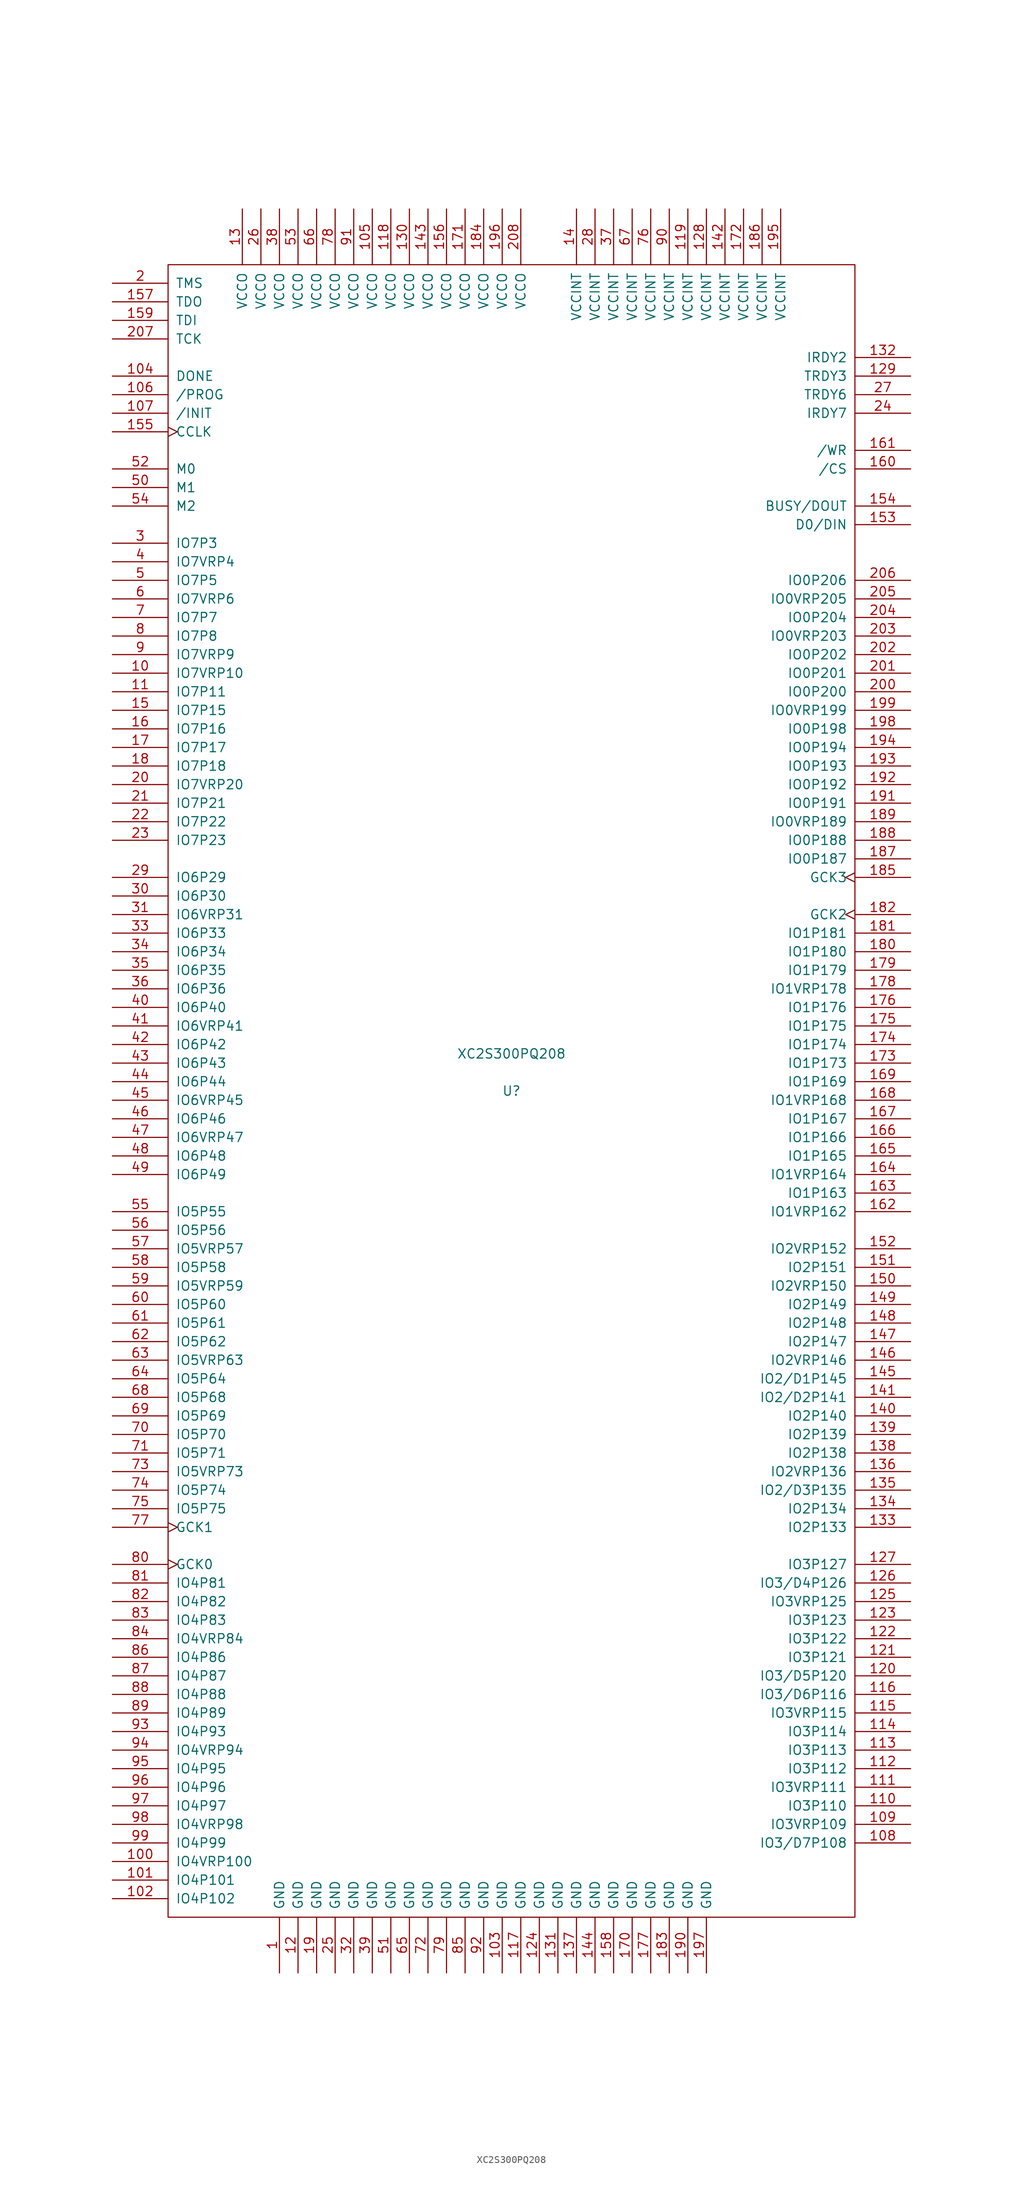
<source format=kicad_sym>
(kicad_symbol_lib
  (version 20201005)
  (generator kicad_symbol_editor)
  (symbol "FPGA_Xilinx:XC2S300PQ208"
    (pin_names
      (offset 1.016))
    (property "Reference" "U"
      (at 0 0 0)
      (effects (font (size 1.27 1.27))))
    (property "Value" "XC2S300PQ208"
      (at 0 5.08 0)
      (effects (font (size 1.27 1.27))))
    (symbol "XC2S300PQ208_0_1"
      (rectangle (start -46.99 113.03) (end 46.99 -113.03) (stroke (width 0)) (fill (type none))))
    (symbol "XC2S300PQ208_1_1"
      (pin power_in line (at -31.75 -120.65 90) (length 7.62) (name "GND" (effects (font (size 1.27 1.27)))) (number "1" (effects (font (size 1.27 1.27)))))
      (pin bidirectional line (at -54.61 57.15 0) (length 7.62) (name "IO7VRP10" (effects (font (size 1.27 1.27)))) (number "10" (effects (font (size 1.27 1.27)))))
      (pin bidirectional line (at -54.61 -105.41 0) (length 7.62) (name "IO4VRP100" (effects (font (size 1.27 1.27)))) (number "100" (effects (font (size 1.27 1.27)))))
      (pin bidirectional line (at -54.61 -107.95 0) (length 7.62) (name "IO4P101" (effects (font (size 1.27 1.27)))) (number "101" (effects (font (size 1.27 1.27)))))
      (pin bidirectional line (at -54.61 -110.49 0) (length 7.62) (name "IO4P102" (effects (font (size 1.27 1.27)))) (number "102" (effects (font (size 1.27 1.27)))))
      (pin power_in line (at -1.27 -120.65 90) (length 7.62) (name "GND" (effects (font (size 1.27 1.27)))) (number "103" (effects (font (size 1.27 1.27)))))
      (pin bidirectional line (at -54.61 97.79 0) (length 7.62) (name "DONE" (effects (font (size 1.27 1.27)))) (number "104" (effects (font (size 1.27 1.27)))))
      (pin power_in line (at -19.05 120.65 270) (length 7.62) (name "VCCO" (effects (font (size 1.27 1.27)))) (number "105" (effects (font (size 1.27 1.27)))))
      (pin input line (at -54.61 95.25 0) (length 7.62) (name "/PROG" (effects (font (size 1.27 1.27)))) (number "106" (effects (font (size 1.27 1.27)))))
      (pin bidirectional line (at -54.61 92.71 0) (length 7.62) (name "/INIT" (effects (font (size 1.27 1.27)))) (number "107" (effects (font (size 1.27 1.27)))))
      (pin bidirectional line (at 54.61 -102.87 180) (length 7.62) (name "IO3/D7P108" (effects (font (size 1.27 1.27)))) (number "108" (effects (font (size 1.27 1.27)))))
      (pin bidirectional line (at 54.61 -100.33 180) (length 7.62) (name "IO3VRP109" (effects (font (size 1.27 1.27)))) (number "109" (effects (font (size 1.27 1.27)))))
      (pin bidirectional line (at -54.61 54.61 0) (length 7.62) (name "IO7P11" (effects (font (size 1.27 1.27)))) (number "11" (effects (font (size 1.27 1.27)))))
      (pin bidirectional line (at 54.61 -97.79 180) (length 7.62) (name "IO3P110" (effects (font (size 1.27 1.27)))) (number "110" (effects (font (size 1.27 1.27)))))
      (pin bidirectional line (at 54.61 -95.25 180) (length 7.62) (name "IO3VRP111" (effects (font (size 1.27 1.27)))) (number "111" (effects (font (size 1.27 1.27)))))
      (pin bidirectional line (at 54.61 -92.71 180) (length 7.62) (name "IO3P112" (effects (font (size 1.27 1.27)))) (number "112" (effects (font (size 1.27 1.27)))))
      (pin bidirectional line (at 54.61 -90.17 180) (length 7.62) (name "IO3P113" (effects (font (size 1.27 1.27)))) (number "113" (effects (font (size 1.27 1.27)))))
      (pin bidirectional line (at 54.61 -87.63 180) (length 7.62) (name "IO3P114" (effects (font (size 1.27 1.27)))) (number "114" (effects (font (size 1.27 1.27)))))
      (pin bidirectional line (at 54.61 -85.09 180) (length 7.62) (name "IO3VRP115" (effects (font (size 1.27 1.27)))) (number "115" (effects (font (size 1.27 1.27)))))
      (pin bidirectional line (at 54.61 -82.55 180) (length 7.62) (name "IO3/D6P116" (effects (font (size 1.27 1.27)))) (number "116" (effects (font (size 1.27 1.27)))))
      (pin power_in line (at 1.27 -120.65 90) (length 7.62) (name "GND" (effects (font (size 1.27 1.27)))) (number "117" (effects (font (size 1.27 1.27)))))
      (pin power_in line (at -16.51 120.65 270) (length 7.62) (name "VCCO" (effects (font (size 1.27 1.27)))) (number "118" (effects (font (size 1.27 1.27)))))
      (pin power_in line (at 24.13 120.65 270) (length 7.62) (name "VCCINT" (effects (font (size 1.27 1.27)))) (number "119" (effects (font (size 1.27 1.27)))))
      (pin power_in line (at -29.21 -120.65 90) (length 7.62) (name "GND" (effects (font (size 1.27 1.27)))) (number "12" (effects (font (size 1.27 1.27)))))
      (pin bidirectional line (at 54.61 -80.01 180) (length 7.62) (name "IO3/D5P120" (effects (font (size 1.27 1.27)))) (number "120" (effects (font (size 1.27 1.27)))))
      (pin bidirectional line (at 54.61 -77.47 180) (length 7.62) (name "IO3P121" (effects (font (size 1.27 1.27)))) (number "121" (effects (font (size 1.27 1.27)))))
      (pin bidirectional line (at 54.61 -74.93 180) (length 7.62) (name "IO3P122" (effects (font (size 1.27 1.27)))) (number "122" (effects (font (size 1.27 1.27)))))
      (pin bidirectional line (at 54.61 -72.39 180) (length 7.62) (name "IO3P123" (effects (font (size 1.27 1.27)))) (number "123" (effects (font (size 1.27 1.27)))))
      (pin power_in line (at 3.81 -120.65 90) (length 7.62) (name "GND" (effects (font (size 1.27 1.27)))) (number "124" (effects (font (size 1.27 1.27)))))
      (pin bidirectional line (at 54.61 -69.85 180) (length 7.62) (name "IO3VRP125" (effects (font (size 1.27 1.27)))) (number "125" (effects (font (size 1.27 1.27)))))
      (pin bidirectional line (at 54.61 -67.31 180) (length 7.62) (name "IO3/D4P126" (effects (font (size 1.27 1.27)))) (number "126" (effects (font (size 1.27 1.27)))))
      (pin bidirectional line (at 54.61 -64.77 180) (length 7.62) (name "IO3P127" (effects (font (size 1.27 1.27)))) (number "127" (effects (font (size 1.27 1.27)))))
      (pin power_in line (at 26.67 120.65 270) (length 7.62) (name "VCCINT" (effects (font (size 1.27 1.27)))) (number "128" (effects (font (size 1.27 1.27)))))
      (pin bidirectional line (at 54.61 97.79 180) (length 7.62) (name "TRDY3" (effects (font (size 1.27 1.27)))) (number "129" (effects (font (size 1.27 1.27)))))
      (pin power_in line (at -36.83 120.65 270) (length 7.62) (name "VCCO" (effects (font (size 1.27 1.27)))) (number "13" (effects (font (size 1.27 1.27)))))
      (pin power_in line (at -13.97 120.65 270) (length 7.62) (name "VCCO" (effects (font (size 1.27 1.27)))) (number "130" (effects (font (size 1.27 1.27)))))
      (pin power_in line (at 6.35 -120.65 90) (length 7.62) (name "GND" (effects (font (size 1.27 1.27)))) (number "131" (effects (font (size 1.27 1.27)))))
      (pin bidirectional line (at 54.61 100.33 180) (length 7.62) (name "IRDY2" (effects (font (size 1.27 1.27)))) (number "132" (effects (font (size 1.27 1.27)))))
      (pin bidirectional line (at 54.61 -59.69 180) (length 7.62) (name "IO2P133" (effects (font (size 1.27 1.27)))) (number "133" (effects (font (size 1.27 1.27)))))
      (pin bidirectional line (at 54.61 -57.15 180) (length 7.62) (name "IO2P134" (effects (font (size 1.27 1.27)))) (number "134" (effects (font (size 1.27 1.27)))))
      (pin bidirectional line (at 54.61 -54.61 180) (length 7.62) (name "IO2/D3P135" (effects (font (size 1.27 1.27)))) (number "135" (effects (font (size 1.27 1.27)))))
      (pin bidirectional line (at 54.61 -52.07 180) (length 7.62) (name "IO2VRP136" (effects (font (size 1.27 1.27)))) (number "136" (effects (font (size 1.27 1.27)))))
      (pin power_in line (at 8.89 -120.65 90) (length 7.62) (name "GND" (effects (font (size 1.27 1.27)))) (number "137" (effects (font (size 1.27 1.27)))))
      (pin bidirectional line (at 54.61 -49.53 180) (length 7.62) (name "IO2P138" (effects (font (size 1.27 1.27)))) (number "138" (effects (font (size 1.27 1.27)))))
      (pin bidirectional line (at 54.61 -46.99 180) (length 7.62) (name "IO2P139" (effects (font (size 1.27 1.27)))) (number "139" (effects (font (size 1.27 1.27)))))
      (pin power_in line (at 8.89 120.65 270) (length 7.62) (name "VCCINT" (effects (font (size 1.27 1.27)))) (number "14" (effects (font (size 1.27 1.27)))))
      (pin bidirectional line (at 54.61 -44.45 180) (length 7.62) (name "IO2P140" (effects (font (size 1.27 1.27)))) (number "140" (effects (font (size 1.27 1.27)))))
      (pin bidirectional line (at 54.61 -41.91 180) (length 7.62) (name "IO2/D2P141" (effects (font (size 1.27 1.27)))) (number "141" (effects (font (size 1.27 1.27)))))
      (pin power_in line (at 29.21 120.65 270) (length 7.62) (name "VCCINT" (effects (font (size 1.27 1.27)))) (number "142" (effects (font (size 1.27 1.27)))))
      (pin power_in line (at -11.43 120.65 270) (length 7.62) (name "VCCO" (effects (font (size 1.27 1.27)))) (number "143" (effects (font (size 1.27 1.27)))))
      (pin power_in line (at 11.43 -120.65 90) (length 7.62) (name "GND" (effects (font (size 1.27 1.27)))) (number "144" (effects (font (size 1.27 1.27)))))
      (pin bidirectional line (at 54.61 -39.37 180) (length 7.62) (name "IO2/D1P145" (effects (font (size 1.27 1.27)))) (number "145" (effects (font (size 1.27 1.27)))))
      (pin bidirectional line (at 54.61 -36.83 180) (length 7.62) (name "IO2VRP146" (effects (font (size 1.27 1.27)))) (number "146" (effects (font (size 1.27 1.27)))))
      (pin bidirectional line (at 54.61 -34.29 180) (length 7.62) (name "IO2P147" (effects (font (size 1.27 1.27)))) (number "147" (effects (font (size 1.27 1.27)))))
      (pin bidirectional line (at 54.61 -31.75 180) (length 7.62) (name "IO2P148" (effects (font (size 1.27 1.27)))) (number "148" (effects (font (size 1.27 1.27)))))
      (pin bidirectional line (at 54.61 -29.21 180) (length 7.62) (name "IO2P149" (effects (font (size 1.27 1.27)))) (number "149" (effects (font (size 1.27 1.27)))))
      (pin bidirectional line (at -54.61 52.07 0) (length 7.62) (name "IO7P15" (effects (font (size 1.27 1.27)))) (number "15" (effects (font (size 1.27 1.27)))))
      (pin bidirectional line (at 54.61 -26.67 180) (length 7.62) (name "IO2VRP150" (effects (font (size 1.27 1.27)))) (number "150" (effects (font (size 1.27 1.27)))))
      (pin bidirectional line (at 54.61 -24.13 180) (length 7.62) (name "IO2P151" (effects (font (size 1.27 1.27)))) (number "151" (effects (font (size 1.27 1.27)))))
      (pin bidirectional line (at 54.61 -21.59 180) (length 7.62) (name "IO2VRP152" (effects (font (size 1.27 1.27)))) (number "152" (effects (font (size 1.27 1.27)))))
      (pin bidirectional line (at 54.61 77.47 180) (length 7.62) (name "D0/DIN" (effects (font (size 1.27 1.27)))) (number "153" (effects (font (size 1.27 1.27)))))
      (pin bidirectional line (at 54.61 80.01 180) (length 7.62) (name "BUSY/DOUT" (effects (font (size 1.27 1.27)))) (number "154" (effects (font (size 1.27 1.27)))))
      (pin bidirectional clock (at -54.61 90.17 0) (length 7.62) (name "CCLK" (effects (font (size 1.27 1.27)))) (number "155" (effects (font (size 1.27 1.27)))))
      (pin power_in line (at -8.89 120.65 270) (length 7.62) (name "VCCO" (effects (font (size 1.27 1.27)))) (number "156" (effects (font (size 1.27 1.27)))))
      (pin bidirectional line (at -54.61 107.95 0) (length 7.62) (name "TDO" (effects (font (size 1.27 1.27)))) (number "157" (effects (font (size 1.27 1.27)))))
      (pin power_in line (at 13.97 -120.65 90) (length 7.62) (name "GND" (effects (font (size 1.27 1.27)))) (number "158" (effects (font (size 1.27 1.27)))))
      (pin bidirectional line (at -54.61 105.41 0) (length 7.62) (name "TDI" (effects (font (size 1.27 1.27)))) (number "159" (effects (font (size 1.27 1.27)))))
      (pin bidirectional line (at -54.61 49.53 0) (length 7.62) (name "IO7P16" (effects (font (size 1.27 1.27)))) (number "16" (effects (font (size 1.27 1.27)))))
      (pin bidirectional line (at 54.61 85.09 180) (length 7.62) (name "/CS" (effects (font (size 1.27 1.27)))) (number "160" (effects (font (size 1.27 1.27)))))
      (pin bidirectional line (at 54.61 87.63 180) (length 7.62) (name "/WR" (effects (font (size 1.27 1.27)))) (number "161" (effects (font (size 1.27 1.27)))))
      (pin bidirectional line (at 54.61 -16.51 180) (length 7.62) (name "IO1VRP162" (effects (font (size 1.27 1.27)))) (number "162" (effects (font (size 1.27 1.27)))))
      (pin bidirectional line (at 54.61 -13.97 180) (length 7.62) (name "IO1P163" (effects (font (size 1.27 1.27)))) (number "163" (effects (font (size 1.27 1.27)))))
      (pin bidirectional line (at 54.61 -11.43 180) (length 7.62) (name "IO1VRP164" (effects (font (size 1.27 1.27)))) (number "164" (effects (font (size 1.27 1.27)))))
      (pin bidirectional line (at 54.61 -8.89 180) (length 7.62) (name "IO1P165" (effects (font (size 1.27 1.27)))) (number "165" (effects (font (size 1.27 1.27)))))
      (pin bidirectional line (at 54.61 -6.35 180) (length 7.62) (name "IO1P166" (effects (font (size 1.27 1.27)))) (number "166" (effects (font (size 1.27 1.27)))))
      (pin bidirectional line (at 54.61 -3.81 180) (length 7.62) (name "IO1P167" (effects (font (size 1.27 1.27)))) (number "167" (effects (font (size 1.27 1.27)))))
      (pin bidirectional line (at 54.61 -1.27 180) (length 7.62) (name "IO1VRP168" (effects (font (size 1.27 1.27)))) (number "168" (effects (font (size 1.27 1.27)))))
      (pin bidirectional line (at 54.61 1.27 180) (length 7.62) (name "IO1P169" (effects (font (size 1.27 1.27)))) (number "169" (effects (font (size 1.27 1.27)))))
      (pin bidirectional line (at -54.61 46.99 0) (length 7.62) (name "IO7P17" (effects (font (size 1.27 1.27)))) (number "17" (effects (font (size 1.27 1.27)))))
      (pin power_in line (at 16.51 -120.65 90) (length 7.62) (name "GND" (effects (font (size 1.27 1.27)))) (number "170" (effects (font (size 1.27 1.27)))))
      (pin passive line (at -6.35 120.65 270) (length 7.62) (name "VCCO" (effects (font (size 1.27 1.27)))) (number "171" (effects (font (size 1.27 1.27)))))
      (pin power_in line (at 31.75 120.65 270) (length 7.62) (name "VCCINT" (effects (font (size 1.27 1.27)))) (number "172" (effects (font (size 1.27 1.27)))))
      (pin bidirectional line (at 54.61 3.81 180) (length 7.62) (name "IO1P173" (effects (font (size 1.27 1.27)))) (number "173" (effects (font (size 1.27 1.27)))))
      (pin bidirectional line (at 54.61 6.35 180) (length 7.62) (name "IO1P174" (effects (font (size 1.27 1.27)))) (number "174" (effects (font (size 1.27 1.27)))))
      (pin bidirectional line (at 54.61 8.89 180) (length 7.62) (name "IO1P175" (effects (font (size 1.27 1.27)))) (number "175" (effects (font (size 1.27 1.27)))))
      (pin bidirectional line (at 54.61 11.43 180) (length 7.62) (name "IO1P176" (effects (font (size 1.27 1.27)))) (number "176" (effects (font (size 1.27 1.27)))))
      (pin power_in line (at 19.05 -120.65 90) (length 7.62) (name "GND" (effects (font (size 1.27 1.27)))) (number "177" (effects (font (size 1.27 1.27)))))
      (pin bidirectional line (at 54.61 13.97 180) (length 7.62) (name "IO1VRP178" (effects (font (size 1.27 1.27)))) (number "178" (effects (font (size 1.27 1.27)))))
      (pin bidirectional line (at 54.61 16.51 180) (length 7.62) (name "IO1P179" (effects (font (size 1.27 1.27)))) (number "179" (effects (font (size 1.27 1.27)))))
      (pin bidirectional line (at -54.61 44.45 0) (length 7.62) (name "IO7P18" (effects (font (size 1.27 1.27)))) (number "18" (effects (font (size 1.27 1.27)))))
      (pin bidirectional line (at 54.61 19.05 180) (length 7.62) (name "IO1P180" (effects (font (size 1.27 1.27)))) (number "180" (effects (font (size 1.27 1.27)))))
      (pin bidirectional line (at 54.61 21.59 180) (length 7.62) (name "IO1P181" (effects (font (size 1.27 1.27)))) (number "181" (effects (font (size 1.27 1.27)))))
      (pin input clock (at 54.61 24.13 180) (length 7.62) (name "GCK2" (effects (font (size 1.27 1.27)))) (number "182" (effects (font (size 1.27 1.27)))))
      (pin power_in line (at 21.59 -120.65 90) (length 7.62) (name "GND" (effects (font (size 1.27 1.27)))) (number "183" (effects (font (size 1.27 1.27)))))
      (pin power_in line (at -3.81 120.65 270) (length 7.62) (name "VCCO" (effects (font (size 1.27 1.27)))) (number "184" (effects (font (size 1.27 1.27)))))
      (pin input clock (at 54.61 29.21 180) (length 7.62) (name "GCK3" (effects (font (size 1.27 1.27)))) (number "185" (effects (font (size 1.27 1.27)))))
      (pin power_in line (at 34.29 120.65 270) (length 7.62) (name "VCCINT" (effects (font (size 1.27 1.27)))) (number "186" (effects (font (size 1.27 1.27)))))
      (pin bidirectional line (at 54.61 31.75 180) (length 7.62) (name "IO0P187" (effects (font (size 1.27 1.27)))) (number "187" (effects (font (size 1.27 1.27)))))
      (pin bidirectional line (at 54.61 34.29 180) (length 7.62) (name "IO0P188" (effects (font (size 1.27 1.27)))) (number "188" (effects (font (size 1.27 1.27)))))
      (pin bidirectional line (at 54.61 36.83 180) (length 7.62) (name "IO0VRP189" (effects (font (size 1.27 1.27)))) (number "189" (effects (font (size 1.27 1.27)))))
      (pin power_in line (at -26.67 -120.65 90) (length 7.62) (name "GND" (effects (font (size 1.27 1.27)))) (number "19" (effects (font (size 1.27 1.27)))))
      (pin power_in line (at 24.13 -120.65 90) (length 7.62) (name "GND" (effects (font (size 1.27 1.27)))) (number "190" (effects (font (size 1.27 1.27)))))
      (pin bidirectional line (at 54.61 39.37 180) (length 7.62) (name "IO0P191" (effects (font (size 1.27 1.27)))) (number "191" (effects (font (size 1.27 1.27)))))
      (pin bidirectional line (at 54.61 41.91 180) (length 7.62) (name "IO0P192" (effects (font (size 1.27 1.27)))) (number "192" (effects (font (size 1.27 1.27)))))
      (pin bidirectional line (at 54.61 44.45 180) (length 7.62) (name "IO0P193" (effects (font (size 1.27 1.27)))) (number "193" (effects (font (size 1.27 1.27)))))
      (pin bidirectional line (at 54.61 46.99 180) (length 7.62) (name "IO0P194" (effects (font (size 1.27 1.27)))) (number "194" (effects (font (size 1.27 1.27)))))
      (pin power_in line (at 36.83 120.65 270) (length 7.62) (name "VCCINT" (effects (font (size 1.27 1.27)))) (number "195" (effects (font (size 1.27 1.27)))))
      (pin power_in line (at -1.27 120.65 270) (length 7.62) (name "VCCO" (effects (font (size 1.27 1.27)))) (number "196" (effects (font (size 1.27 1.27)))))
      (pin power_in line (at 26.67 -120.65 90) (length 7.62) (name "GND" (effects (font (size 1.27 1.27)))) (number "197" (effects (font (size 1.27 1.27)))))
      (pin bidirectional line (at 54.61 49.53 180) (length 7.62) (name "IO0P198" (effects (font (size 1.27 1.27)))) (number "198" (effects (font (size 1.27 1.27)))))
      (pin bidirectional line (at 54.61 52.07 180) (length 7.62) (name "IO0VRP199" (effects (font (size 1.27 1.27)))) (number "199" (effects (font (size 1.27 1.27)))))
      (pin bidirectional line (at -54.61 110.49 0) (length 7.62) (name "TMS" (effects (font (size 1.27 1.27)))) (number "2" (effects (font (size 1.27 1.27)))))
      (pin bidirectional line (at -54.61 41.91 0) (length 7.62) (name "IO7VRP20" (effects (font (size 1.27 1.27)))) (number "20" (effects (font (size 1.27 1.27)))))
      (pin bidirectional line (at 54.61 54.61 180) (length 7.62) (name "IO0P200" (effects (font (size 1.27 1.27)))) (number "200" (effects (font (size 1.27 1.27)))))
      (pin bidirectional line (at 54.61 57.15 180) (length 7.62) (name "IO0P201" (effects (font (size 1.27 1.27)))) (number "201" (effects (font (size 1.27 1.27)))))
      (pin bidirectional line (at 54.61 59.69 180) (length 7.62) (name "IO0P202" (effects (font (size 1.27 1.27)))) (number "202" (effects (font (size 1.27 1.27)))))
      (pin bidirectional line (at 54.61 62.23 180) (length 7.62) (name "IO0VRP203" (effects (font (size 1.27 1.27)))) (number "203" (effects (font (size 1.27 1.27)))))
      (pin bidirectional line (at 54.61 64.77 180) (length 7.62) (name "IO0P204" (effects (font (size 1.27 1.27)))) (number "204" (effects (font (size 1.27 1.27)))))
      (pin bidirectional line (at 54.61 67.31 180) (length 7.62) (name "IO0VRP205" (effects (font (size 1.27 1.27)))) (number "205" (effects (font (size 1.27 1.27)))))
      (pin bidirectional line (at 54.61 69.85 180) (length 7.62) (name "IO0P206" (effects (font (size 1.27 1.27)))) (number "206" (effects (font (size 1.27 1.27)))))
      (pin bidirectional line (at -54.61 102.87 0) (length 7.62) (name "TCK" (effects (font (size 1.27 1.27)))) (number "207" (effects (font (size 1.27 1.27)))))
      (pin power_in line (at 1.27 120.65 270) (length 7.62) (name "VCCO" (effects (font (size 1.27 1.27)))) (number "208" (effects (font (size 1.27 1.27)))))
      (pin bidirectional line (at -54.61 39.37 0) (length 7.62) (name "IO7P21" (effects (font (size 1.27 1.27)))) (number "21" (effects (font (size 1.27 1.27)))))
      (pin bidirectional line (at -54.61 36.83 0) (length 7.62) (name "IO7P22" (effects (font (size 1.27 1.27)))) (number "22" (effects (font (size 1.27 1.27)))))
      (pin bidirectional line (at -54.61 34.29 0) (length 7.62) (name "IO7P23" (effects (font (size 1.27 1.27)))) (number "23" (effects (font (size 1.27 1.27)))))
      (pin bidirectional line (at 54.61 92.71 180) (length 7.62) (name "IRDY7" (effects (font (size 1.27 1.27)))) (number "24" (effects (font (size 1.27 1.27)))))
      (pin power_in line (at -24.13 -120.65 90) (length 7.62) (name "GND" (effects (font (size 1.27 1.27)))) (number "25" (effects (font (size 1.27 1.27)))))
      (pin power_in line (at -34.29 120.65 270) (length 7.62) (name "VCCO" (effects (font (size 1.27 1.27)))) (number "26" (effects (font (size 1.27 1.27)))))
      (pin bidirectional line (at 54.61 95.25 180) (length 7.62) (name "TRDY6" (effects (font (size 1.27 1.27)))) (number "27" (effects (font (size 1.27 1.27)))))
      (pin power_in line (at 11.43 120.65 270) (length 7.62) (name "VCCINT" (effects (font (size 1.27 1.27)))) (number "28" (effects (font (size 1.27 1.27)))))
      (pin bidirectional line (at -54.61 29.21 0) (length 7.62) (name "IO6P29" (effects (font (size 1.27 1.27)))) (number "29" (effects (font (size 1.27 1.27)))))
      (pin bidirectional line (at -54.61 74.93 0) (length 7.62) (name "IO7P3" (effects (font (size 1.27 1.27)))) (number "3" (effects (font (size 1.27 1.27)))))
      (pin bidirectional line (at -54.61 26.67 0) (length 7.62) (name "IO6P30" (effects (font (size 1.27 1.27)))) (number "30" (effects (font (size 1.27 1.27)))))
      (pin bidirectional line (at -54.61 24.13 0) (length 7.62) (name "IO6VRP31" (effects (font (size 1.27 1.27)))) (number "31" (effects (font (size 1.27 1.27)))))
      (pin power_in line (at -21.59 -120.65 90) (length 7.62) (name "GND" (effects (font (size 1.27 1.27)))) (number "32" (effects (font (size 1.27 1.27)))))
      (pin bidirectional line (at -54.61 21.59 0) (length 7.62) (name "IO6P33" (effects (font (size 1.27 1.27)))) (number "33" (effects (font (size 1.27 1.27)))))
      (pin bidirectional line (at -54.61 19.05 0) (length 7.62) (name "IO6P34" (effects (font (size 1.27 1.27)))) (number "34" (effects (font (size 1.27 1.27)))))
      (pin bidirectional line (at -54.61 16.51 0) (length 7.62) (name "IO6P35" (effects (font (size 1.27 1.27)))) (number "35" (effects (font (size 1.27 1.27)))))
      (pin bidirectional line (at -54.61 13.97 0) (length 7.62) (name "IO6P36" (effects (font (size 1.27 1.27)))) (number "36" (effects (font (size 1.27 1.27)))))
      (pin power_in line (at 13.97 120.65 270) (length 7.62) (name "VCCINT" (effects (font (size 1.27 1.27)))) (number "37" (effects (font (size 1.27 1.27)))))
      (pin power_in line (at -31.75 120.65 270) (length 7.62) (name "VCCO" (effects (font (size 1.27 1.27)))) (number "38" (effects (font (size 1.27 1.27)))))
      (pin power_in line (at -19.05 -120.65 90) (length 7.62) (name "GND" (effects (font (size 1.27 1.27)))) (number "39" (effects (font (size 1.27 1.27)))))
      (pin bidirectional line (at -54.61 72.39 0) (length 7.62) (name "IO7VRP4" (effects (font (size 1.27 1.27)))) (number "4" (effects (font (size 1.27 1.27)))))
      (pin bidirectional line (at -54.61 11.43 0) (length 7.62) (name "IO6P40" (effects (font (size 1.27 1.27)))) (number "40" (effects (font (size 1.27 1.27)))))
      (pin bidirectional line (at -54.61 8.89 0) (length 7.62) (name "IO6VRP41" (effects (font (size 1.27 1.27)))) (number "41" (effects (font (size 1.27 1.27)))))
      (pin bidirectional line (at -54.61 6.35 0) (length 7.62) (name "IO6P42" (effects (font (size 1.27 1.27)))) (number "42" (effects (font (size 1.27 1.27)))))
      (pin bidirectional line (at -54.61 3.81 0) (length 7.62) (name "IO6P43" (effects (font (size 1.27 1.27)))) (number "43" (effects (font (size 1.27 1.27)))))
      (pin bidirectional line (at -54.61 1.27 0) (length 7.62) (name "IO6P44" (effects (font (size 1.27 1.27)))) (number "44" (effects (font (size 1.27 1.27)))))
      (pin bidirectional line (at -54.61 -1.27 0) (length 7.62) (name "IO6VRP45" (effects (font (size 1.27 1.27)))) (number "45" (effects (font (size 1.27 1.27)))))
      (pin bidirectional line (at -54.61 -3.81 0) (length 7.62) (name "IO6P46" (effects (font (size 1.27 1.27)))) (number "46" (effects (font (size 1.27 1.27)))))
      (pin bidirectional line (at -54.61 -6.35 0) (length 7.62) (name "IO6VRP47" (effects (font (size 1.27 1.27)))) (number "47" (effects (font (size 1.27 1.27)))))
      (pin bidirectional line (at -54.61 -8.89 0) (length 7.62) (name "IO6P48" (effects (font (size 1.27 1.27)))) (number "48" (effects (font (size 1.27 1.27)))))
      (pin bidirectional line (at -54.61 -11.43 0) (length 7.62) (name "IO6P49" (effects (font (size 1.27 1.27)))) (number "49" (effects (font (size 1.27 1.27)))))
      (pin bidirectional line (at -54.61 69.85 0) (length 7.62) (name "IO7P5" (effects (font (size 1.27 1.27)))) (number "5" (effects (font (size 1.27 1.27)))))
      (pin input line (at -54.61 82.55 0) (length 7.62) (name "M1" (effects (font (size 1.27 1.27)))) (number "50" (effects (font (size 1.27 1.27)))))
      (pin power_in line (at -16.51 -120.65 90) (length 7.62) (name "GND" (effects (font (size 1.27 1.27)))) (number "51" (effects (font (size 1.27 1.27)))))
      (pin input line (at -54.61 85.09 0) (length 7.62) (name "M0" (effects (font (size 1.27 1.27)))) (number "52" (effects (font (size 1.27 1.27)))))
      (pin power_in line (at -29.21 120.65 270) (length 7.62) (name "VCCO" (effects (font (size 1.27 1.27)))) (number "53" (effects (font (size 1.27 1.27)))))
      (pin input line (at -54.61 80.01 0) (length 7.62) (name "M2" (effects (font (size 1.27 1.27)))) (number "54" (effects (font (size 1.27 1.27)))))
      (pin bidirectional line (at -54.61 -16.51 0) (length 7.62) (name "IO5P55" (effects (font (size 1.27 1.27)))) (number "55" (effects (font (size 1.27 1.27)))))
      (pin bidirectional line (at -54.61 -19.05 0) (length 7.62) (name "IO5P56" (effects (font (size 1.27 1.27)))) (number "56" (effects (font (size 1.27 1.27)))))
      (pin bidirectional line (at -54.61 -21.59 0) (length 7.62) (name "IO5VRP57" (effects (font (size 1.27 1.27)))) (number "57" (effects (font (size 1.27 1.27)))))
      (pin bidirectional line (at -54.61 -24.13 0) (length 7.62) (name "IO5P58" (effects (font (size 1.27 1.27)))) (number "58" (effects (font (size 1.27 1.27)))))
      (pin bidirectional line (at -54.61 -26.67 0) (length 7.62) (name "IO5VRP59" (effects (font (size 1.27 1.27)))) (number "59" (effects (font (size 1.27 1.27)))))
      (pin bidirectional line (at -54.61 67.31 0) (length 7.62) (name "IO7VRP6" (effects (font (size 1.27 1.27)))) (number "6" (effects (font (size 1.27 1.27)))))
      (pin bidirectional line (at -54.61 -29.21 0) (length 7.62) (name "IO5P60" (effects (font (size 1.27 1.27)))) (number "60" (effects (font (size 1.27 1.27)))))
      (pin bidirectional line (at -54.61 -31.75 0) (length 7.62) (name "IO5P61" (effects (font (size 1.27 1.27)))) (number "61" (effects (font (size 1.27 1.27)))))
      (pin bidirectional line (at -54.61 -34.29 0) (length 7.62) (name "IO5P62" (effects (font (size 1.27 1.27)))) (number "62" (effects (font (size 1.27 1.27)))))
      (pin bidirectional line (at -54.61 -36.83 0) (length 7.62) (name "IO5VRP63" (effects (font (size 1.27 1.27)))) (number "63" (effects (font (size 1.27 1.27)))))
      (pin bidirectional line (at -54.61 -39.37 0) (length 7.62) (name "IO5P64" (effects (font (size 1.27 1.27)))) (number "64" (effects (font (size 1.27 1.27)))))
      (pin power_in line (at -13.97 -120.65 90) (length 7.62) (name "GND" (effects (font (size 1.27 1.27)))) (number "65" (effects (font (size 1.27 1.27)))))
      (pin power_in line (at -26.67 120.65 270) (length 7.62) (name "VCCO" (effects (font (size 1.27 1.27)))) (number "66" (effects (font (size 1.27 1.27)))))
      (pin power_in line (at 16.51 120.65 270) (length 7.62) (name "VCCINT" (effects (font (size 1.27 1.27)))) (number "67" (effects (font (size 1.27 1.27)))))
      (pin bidirectional line (at -54.61 -41.91 0) (length 7.62) (name "IO5P68" (effects (font (size 1.27 1.27)))) (number "68" (effects (font (size 1.27 1.27)))))
      (pin bidirectional line (at -54.61 -44.45 0) (length 7.62) (name "IO5P69" (effects (font (size 1.27 1.27)))) (number "69" (effects (font (size 1.27 1.27)))))
      (pin bidirectional line (at -54.61 64.77 0) (length 7.62) (name "IO7P7" (effects (font (size 1.27 1.27)))) (number "7" (effects (font (size 1.27 1.27)))))
      (pin bidirectional line (at -54.61 -46.99 0) (length 7.62) (name "IO5P70" (effects (font (size 1.27 1.27)))) (number "70" (effects (font (size 1.27 1.27)))))
      (pin bidirectional line (at -54.61 -49.53 0) (length 7.62) (name "IO5P71" (effects (font (size 1.27 1.27)))) (number "71" (effects (font (size 1.27 1.27)))))
      (pin power_in line (at -11.43 -120.65 90) (length 7.62) (name "GND" (effects (font (size 1.27 1.27)))) (number "72" (effects (font (size 1.27 1.27)))))
      (pin bidirectional line (at -54.61 -52.07 0) (length 7.62) (name "IO5VRP73" (effects (font (size 1.27 1.27)))) (number "73" (effects (font (size 1.27 1.27)))))
      (pin bidirectional line (at -54.61 -54.61 0) (length 7.62) (name "IO5P74" (effects (font (size 1.27 1.27)))) (number "74" (effects (font (size 1.27 1.27)))))
      (pin bidirectional line (at -54.61 -57.15 0) (length 7.62) (name "IO5P75" (effects (font (size 1.27 1.27)))) (number "75" (effects (font (size 1.27 1.27)))))
      (pin power_in line (at 19.05 120.65 270) (length 7.62) (name "VCCINT" (effects (font (size 1.27 1.27)))) (number "76" (effects (font (size 1.27 1.27)))))
      (pin input clock (at -54.61 -59.69 0) (length 7.62) (name "GCK1" (effects (font (size 1.27 1.27)))) (number "77" (effects (font (size 1.27 1.27)))))
      (pin power_in line (at -24.13 120.65 270) (length 7.62) (name "VCCO" (effects (font (size 1.27 1.27)))) (number "78" (effects (font (size 1.27 1.27)))))
      (pin power_in line (at -8.89 -120.65 90) (length 7.62) (name "GND" (effects (font (size 1.27 1.27)))) (number "79" (effects (font (size 1.27 1.27)))))
      (pin bidirectional line (at -54.61 62.23 0) (length 7.62) (name "IO7P8" (effects (font (size 1.27 1.27)))) (number "8" (effects (font (size 1.27 1.27)))))
      (pin input clock (at -54.61 -64.77 0) (length 7.62) (name "GCK0" (effects (font (size 1.27 1.27)))) (number "80" (effects (font (size 1.27 1.27)))))
      (pin bidirectional line (at -54.61 -67.31 0) (length 7.62) (name "IO4P81" (effects (font (size 1.27 1.27)))) (number "81" (effects (font (size 1.27 1.27)))))
      (pin bidirectional line (at -54.61 -69.85 0) (length 7.62) (name "IO4P82" (effects (font (size 1.27 1.27)))) (number "82" (effects (font (size 1.27 1.27)))))
      (pin bidirectional line (at -54.61 -72.39 0) (length 7.62) (name "IO4P83" (effects (font (size 1.27 1.27)))) (number "83" (effects (font (size 1.27 1.27)))))
      (pin bidirectional line (at -54.61 -74.93 0) (length 7.62) (name "IO4VRP84" (effects (font (size 1.27 1.27)))) (number "84" (effects (font (size 1.27 1.27)))))
      (pin power_in line (at -6.35 -120.65 90) (length 7.62) (name "GND" (effects (font (size 1.27 1.27)))) (number "85" (effects (font (size 1.27 1.27)))))
      (pin bidirectional line (at -54.61 -77.47 0) (length 7.62) (name "IO4P86" (effects (font (size 1.27 1.27)))) (number "86" (effects (font (size 1.27 1.27)))))
      (pin bidirectional line (at -54.61 -80.01 0) (length 7.62) (name "IO4P87" (effects (font (size 1.27 1.27)))) (number "87" (effects (font (size 1.27 1.27)))))
      (pin bidirectional line (at -54.61 -82.55 0) (length 7.62) (name "IO4P88" (effects (font (size 1.27 1.27)))) (number "88" (effects (font (size 1.27 1.27)))))
      (pin bidirectional line (at -54.61 -85.09 0) (length 7.62) (name "IO4P89" (effects (font (size 1.27 1.27)))) (number "89" (effects (font (size 1.27 1.27)))))
      (pin bidirectional line (at -54.61 59.69 0) (length 7.62) (name "IO7VRP9" (effects (font (size 1.27 1.27)))) (number "9" (effects (font (size 1.27 1.27)))))
      (pin power_in line (at 21.59 120.65 270) (length 7.62) (name "VCCINT" (effects (font (size 1.27 1.27)))) (number "90" (effects (font (size 1.27 1.27)))))
      (pin power_in line (at -21.59 120.65 270) (length 7.62) (name "VCCO" (effects (font (size 1.27 1.27)))) (number "91" (effects (font (size 1.27 1.27)))))
      (pin power_in line (at -3.81 -120.65 90) (length 7.62) (name "GND" (effects (font (size 1.27 1.27)))) (number "92" (effects (font (size 1.27 1.27)))))
      (pin bidirectional line (at -54.61 -87.63 0) (length 7.62) (name "IO4P93" (effects (font (size 1.27 1.27)))) (number "93" (effects (font (size 1.27 1.27)))))
      (pin bidirectional line (at -54.61 -90.17 0) (length 7.62) (name "IO4VRP94" (effects (font (size 1.27 1.27)))) (number "94" (effects (font (size 1.27 1.27)))))
      (pin bidirectional line (at -54.61 -92.71 0) (length 7.62) (name "IO4P95" (effects (font (size 1.27 1.27)))) (number "95" (effects (font (size 1.27 1.27)))))
      (pin bidirectional line (at -54.61 -95.25 0) (length 7.62) (name "IO4P96" (effects (font (size 1.27 1.27)))) (number "96" (effects (font (size 1.27 1.27)))))
      (pin bidirectional line (at -54.61 -97.79 0) (length 7.62) (name "IO4P97" (effects (font (size 1.27 1.27)))) (number "97" (effects (font (size 1.27 1.27)))))
      (pin bidirectional line (at -54.61 -100.33 0) (length 7.62) (name "IO4VRP98" (effects (font (size 1.27 1.27)))) (number "98" (effects (font (size 1.27 1.27)))))
      (pin bidirectional line (at -54.61 -102.87 0) (length 7.62) (name "IO4P99" (effects (font (size 1.27 1.27)))) (number "99" (effects (font (size 1.27 1.27))))))))
</source>
